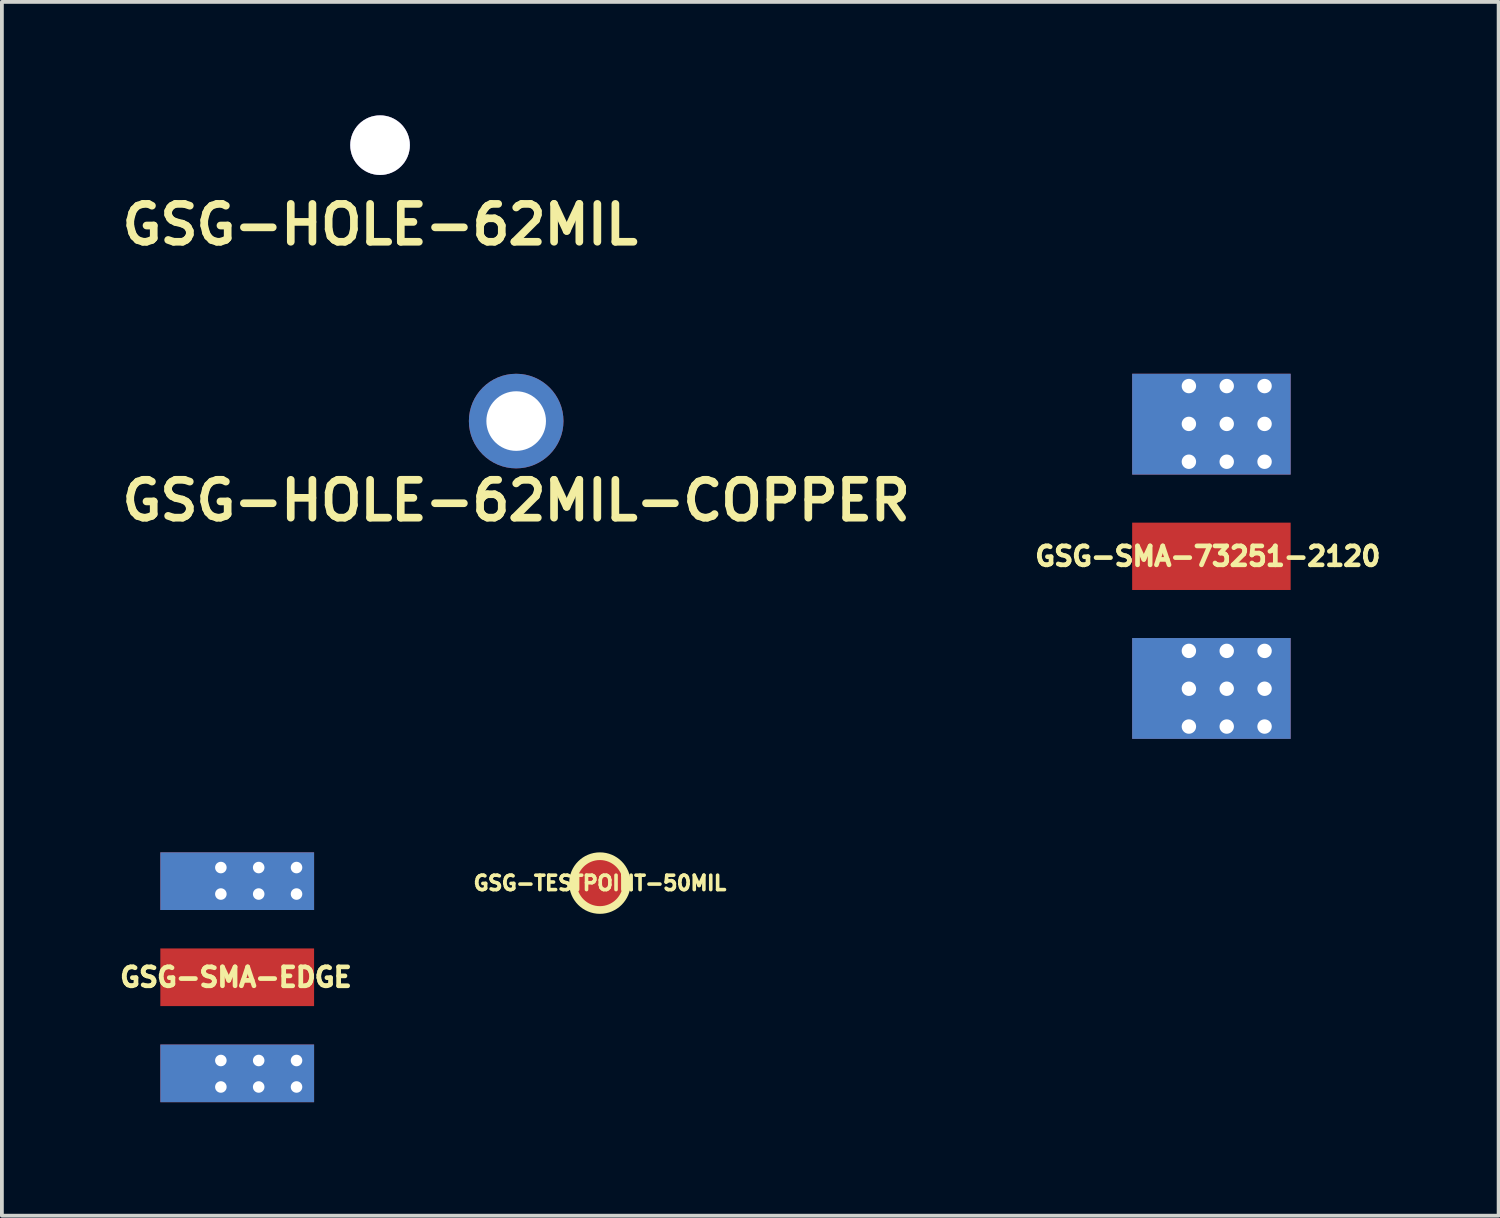
<source format=kicad_pcb>
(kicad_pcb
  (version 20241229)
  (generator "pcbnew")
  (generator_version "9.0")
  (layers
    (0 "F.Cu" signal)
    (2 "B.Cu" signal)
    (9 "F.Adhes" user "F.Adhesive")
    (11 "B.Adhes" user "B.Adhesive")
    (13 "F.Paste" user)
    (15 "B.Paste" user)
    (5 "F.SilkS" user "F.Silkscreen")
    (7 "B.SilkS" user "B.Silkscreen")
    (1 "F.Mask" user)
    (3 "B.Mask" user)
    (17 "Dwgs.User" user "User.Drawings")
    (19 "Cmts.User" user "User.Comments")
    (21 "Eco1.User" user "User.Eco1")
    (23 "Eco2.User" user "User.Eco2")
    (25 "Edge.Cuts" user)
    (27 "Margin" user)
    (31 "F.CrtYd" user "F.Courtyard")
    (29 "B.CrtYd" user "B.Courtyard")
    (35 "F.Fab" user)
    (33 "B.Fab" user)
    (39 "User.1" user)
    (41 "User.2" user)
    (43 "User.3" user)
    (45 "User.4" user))
  (footprint "GSG-TESTPOINT-50MIL"
    (layer "F.Cu")
    (at 12.807 20.293)
    (property "Reference" "GSG-TESTPOINT-50MIL" (at 0 0 0) (layer "F.SilkS") (effects (font (size 0.381 0.381) (thickness 0.097))))
    (attr through_hole)
    (fp_circle (center 0 0) (end 0.711 0) (stroke (width 0.203) (type solid)) (fill no) (layer "F.SilkS"))
    (pad "1" smd circle (at 0 0) (size 1.27 1.27) (layers "F.Cu" "F.Mask")))
  (footprint "GSG-SMA-73251-2120"
    (layer "F.Cu")
    (at 26.876 11.655)
    (property "Reference" "GSG-SMA-73251-2120" (at 1.999 0 0) (layer "F.SilkS") (effects (font (size 0.5 0.5) (thickness 0.124))))
    (attr through_hole)
    (pad "1" smd rect (at 2.095 0) (size 4.19 1.78) (layers "F.Cu" "F.Mask"))
    (pad "2" thru_hole circle (at 1.5 -4.5) (size 0.6 0.6) (drill 0.381) (layers "*.Cu"))
    (pad "2" thru_hole circle (at 1.5 -3.5) (size 0.6 0.6) (drill 0.381) (layers "*.Cu"))
    (pad "2" thru_hole circle (at 1.5 -2.5) (size 0.6 0.6) (drill 0.381) (layers "*.Cu"))
    (pad "2" thru_hole circle (at 1.5 2.5) (size 0.6 0.6) (drill 0.381) (layers "*.Cu"))
    (pad "2" thru_hole circle (at 1.5 3.5) (size 0.6 0.6) (drill 0.381) (layers "*.Cu"))
    (pad "2" thru_hole circle (at 1.5 4.5) (size 0.6 0.6) (drill 0.381) (layers "*.Cu"))
    (pad "2" smd rect (at 2.095 -3.493) (size 4.19 2.665) (layers "F.Cu" "F.Mask"))
    (pad "2" smd rect (at 2.095 -3.493) (size 4.19 2.665) (layers "B.Cu" "B.Mask"))
    (pad "2" smd rect (at 2.095 3.493) (size 4.19 2.665) (layers "F.Cu" "F.Mask"))
    (pad "2" smd rect (at 2.095 3.493) (size 4.19 2.665) (layers "B.Cu" "B.Mask"))
    (pad "2" thru_hole circle (at 2.5 -4.5) (size 0.6 0.6) (drill 0.381) (layers "*.Cu"))
    (pad "2" thru_hole circle (at 2.5 -3.5) (size 0.6 0.6) (drill 0.381) (layers "*.Cu"))
    (pad "2" thru_hole circle (at 2.5 -2.5) (size 0.6 0.6) (drill 0.381) (layers "*.Cu"))
    (pad "2" thru_hole circle (at 2.5 2.5) (size 0.6 0.6) (drill 0.381) (layers "*.Cu"))
    (pad "2" thru_hole circle (at 2.5 3.5) (size 0.6 0.6) (drill 0.381) (layers "*.Cu"))
    (pad "2" thru_hole circle (at 2.5 4.5) (size 0.6 0.6) (drill 0.381) (layers "*.Cu"))
    (pad "2" thru_hole circle (at 3.5 -4.5) (size 0.6 0.6) (drill 0.381) (layers "*.Cu"))
    (pad "2" thru_hole circle (at 3.5 -3.5) (size 0.6 0.6) (drill 0.381) (layers "*.Cu"))
    (pad "2" thru_hole circle (at 3.5 -2.5) (size 0.6 0.6) (drill 0.381) (layers "*.Cu"))
    (pad "2" thru_hole circle (at 3.5 2.5) (size 0.6 0.6) (drill 0.381) (layers "*.Cu"))
    (pad "2" thru_hole circle (at 3.5 3.5) (size 0.6 0.6) (drill 0.381) (layers "*.Cu"))
    (pad "2" thru_hole circle (at 3.5 4.5) (size 0.6 0.6) (drill 0.381) (layers "*.Cu")))
  (footprint "GSG-HOLE-62MIL-COPPER"
    (layer "F.Cu")
    (at 10.594 8.08)
    (property "Reference" "GSG-HOLE-62MIL-COPPER" (at 0 2.101 0) (layer "F.SilkS") (effects (font (size 1.001 1.001) (thickness 0.203))))
    (attr through_hole)
    (pad "1" thru_hole circle (at 0 0) (size 2.5 2.5) (drill 1.575) (layers "*.Cu" "*.Mask")))
  (footprint "GSG-HOLE-62MIL"
    (layer "F.Cu")
    (at 6.996 0.787)
    (property "Reference" "GSG-HOLE-62MIL" (at 0 2.101 0) (layer "F.SilkS") (effects (font (size 1.001 1.001) (thickness 0.203))))
    (attr through_hole)
    (pad "" thru_hole circle (at 0 0) (size 1.575 1.575) (drill 1.575) (layers "*.Cu" "*.Mask")))
  (footprint "GSG-SMA-EDGE"
    (layer "F.Cu")
    (at 1.188 22.782)
    (property "Reference" "GSG-SMA-EDGE" (at 1.999 0 0) (layer "F.SilkS") (effects (font (size 0.5 0.5) (thickness 0.124))))
    (attr through_hole)
    (pad "1" smd rect (at 2.032 0) (size 4.064 1.524) (layers "F.Cu" "F.Mask"))
    (pad "2" thru_hole circle (at 1.6 -2.9) (size 0.762 0.762) (drill 0.305) (layers "*.Cu" "*.Mask"))
    (pad "2" thru_hole circle (at 1.6 -2.2) (size 0.762 0.762) (drill 0.305) (layers "*.Cu" "*.Mask"))
    (pad "2" thru_hole circle (at 1.6 2.2) (size 0.762 0.762) (drill 0.305) (layers "*.Cu" "*.Mask"))
    (pad "2" thru_hole circle (at 1.6 2.9) (size 0.762 0.762) (drill 0.305) (layers "*.Cu" "*.Mask"))
    (pad "2" smd rect (at 2.032 -2.54) (size 4.064 1.524) (layers "F.Cu" "F.Mask"))
    (pad "2" smd rect (at 2.032 -2.54) (size 4.064 1.524) (layers "B.Cu" "B.Mask"))
    (pad "2" smd rect (at 2.032 2.54) (size 4.064 1.524) (layers "F.Cu" "F.Mask"))
    (pad "2" smd rect (at 2.032 2.54) (size 4.064 1.524) (layers "B.Cu" "B.Mask"))
    (pad "2" thru_hole circle (at 2.6 -2.9) (size 0.762 0.762) (drill 0.305) (layers "*.Cu" "*.Mask"))
    (pad "2" thru_hole circle (at 2.6 -2.2) (size 0.762 0.762) (drill 0.305) (layers "*.Cu" "*.Mask"))
    (pad "2" thru_hole circle (at 2.6 2.2) (size 0.762 0.762) (drill 0.305) (layers "*.Cu" "*.Mask"))
    (pad "2" thru_hole circle (at 2.6 2.9) (size 0.762 0.762) (drill 0.305) (layers "*.Cu" "*.Mask"))
    (pad "2" thru_hole circle (at 3.6 -2.9) (size 0.762 0.762) (drill 0.305) (layers "*.Cu" "*.Mask"))
    (pad "2" thru_hole circle (at 3.6 -2.2) (size 0.762 0.762) (drill 0.305) (layers "*.Cu" "*.Mask"))
    (pad "2" thru_hole circle (at 3.6 2.2) (size 0.762 0.762) (drill 0.305) (layers "*.Cu" "*.Mask"))
    (pad "2" thru_hole circle (at 3.6 2.9) (size 0.762 0.762) (drill 0.305) (layers "*.Cu" "*.Mask")))
  (gr_rect
    (start -3 -3)
    (end 36.563 29.084)
    (stroke (width 0.1) (type default))
    (fill no)
    (layer "Edge.Cuts")))
</source>
